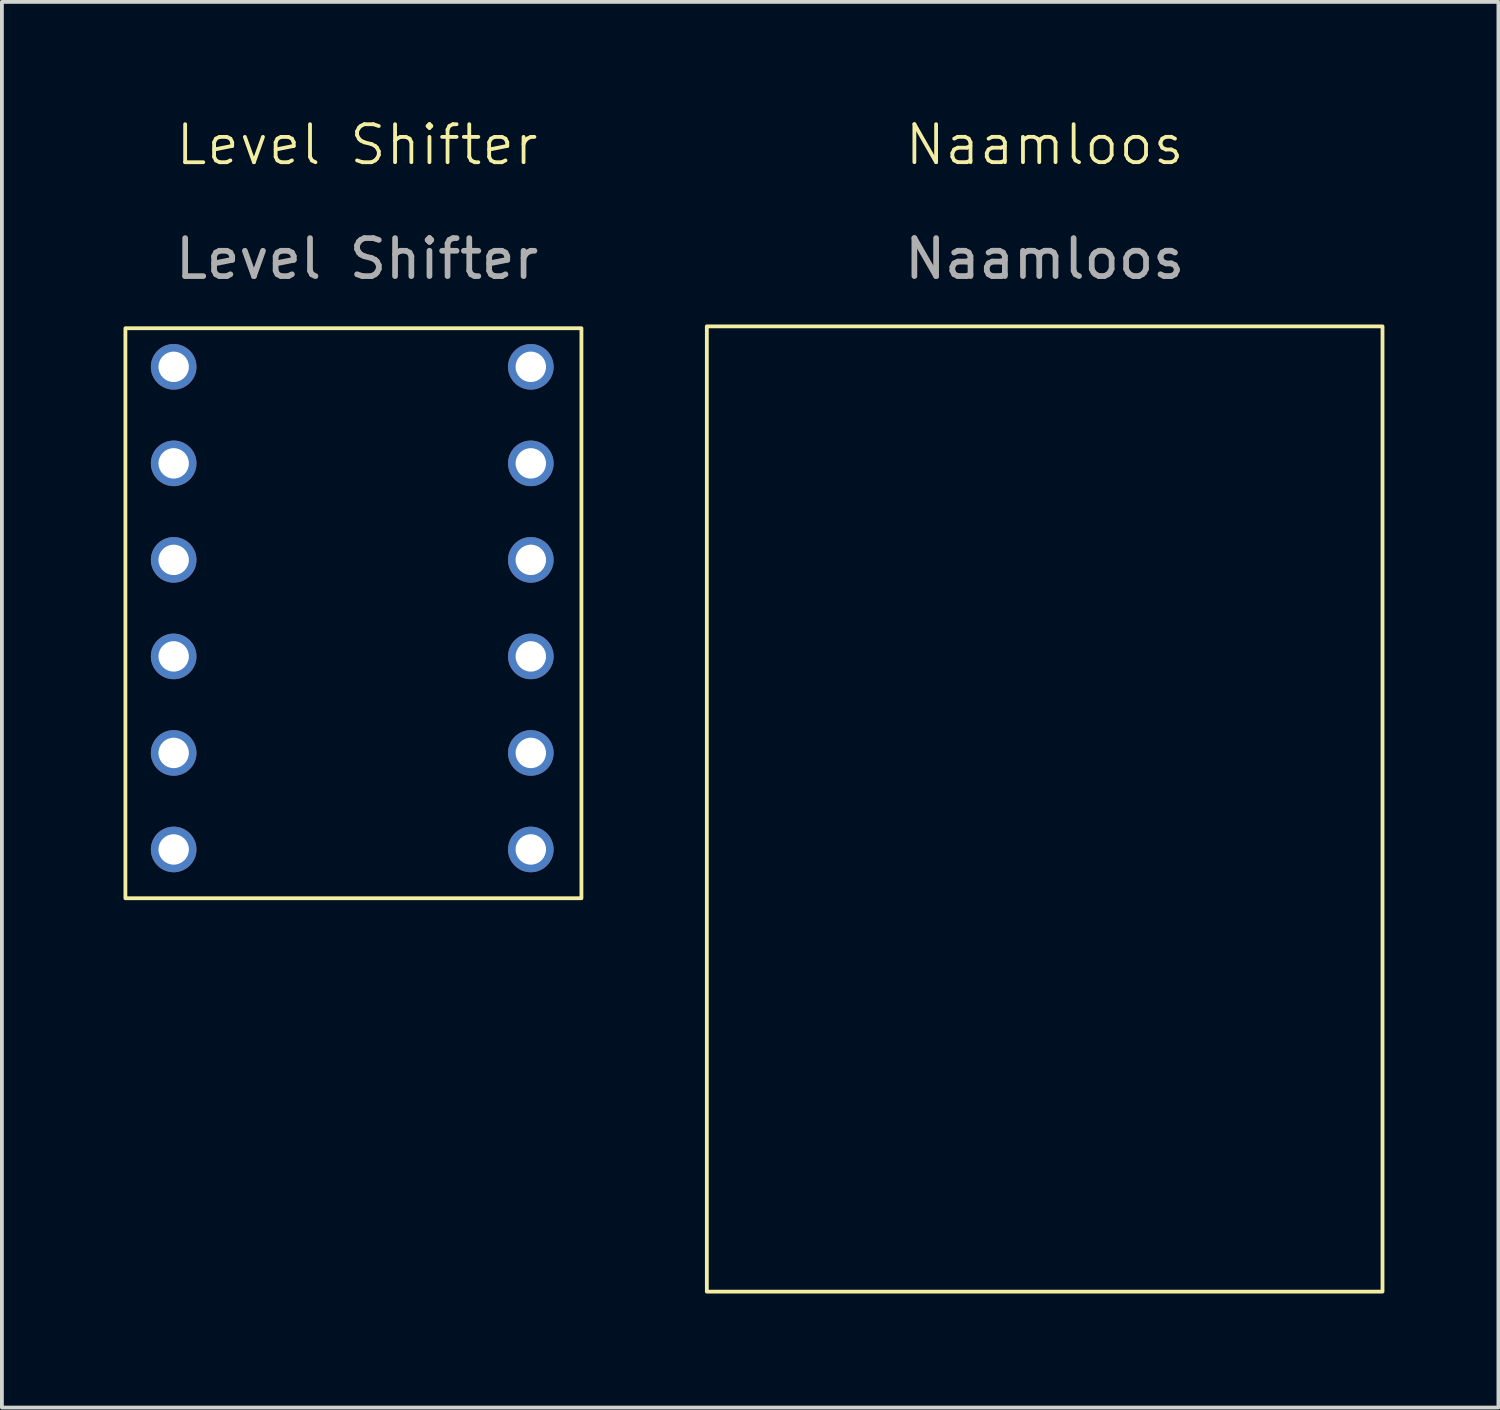
<source format=kicad_pcb>
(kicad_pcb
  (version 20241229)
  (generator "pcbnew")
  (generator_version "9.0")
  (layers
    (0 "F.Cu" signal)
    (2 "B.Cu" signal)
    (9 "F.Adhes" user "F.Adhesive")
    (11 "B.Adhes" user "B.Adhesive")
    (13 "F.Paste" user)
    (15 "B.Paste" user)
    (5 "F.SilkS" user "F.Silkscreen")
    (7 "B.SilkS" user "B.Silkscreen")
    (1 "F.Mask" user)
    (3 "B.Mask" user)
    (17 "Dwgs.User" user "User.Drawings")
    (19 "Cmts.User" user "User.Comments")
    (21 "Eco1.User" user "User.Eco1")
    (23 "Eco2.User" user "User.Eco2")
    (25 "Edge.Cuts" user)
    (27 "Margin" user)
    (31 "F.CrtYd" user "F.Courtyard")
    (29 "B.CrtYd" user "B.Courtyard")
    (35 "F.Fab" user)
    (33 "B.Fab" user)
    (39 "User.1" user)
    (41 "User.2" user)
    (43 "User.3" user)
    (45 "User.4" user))
  (footprint "Level Shifter"
    (layer "F.Cu")
    (at 0.25 5.587)
    (property "Reference" "Level Shifter" (at 6.096 -4.826 0) (unlocked yes) (layer "F.SilkS") (effects (font (size 1 1) (thickness 0.1))))
    (attr smd)
    (fp_rect (start 0 0) (end 12 15) (stroke (width 0.1) (type solid)) (fill no) (layer "F.SilkS"))
    (fp_text user "${REFERENCE}" (at 6.096 -1.826 0) (unlocked yes) (layer "F.Fab") (effects (font (size 1 1) (thickness 0.15))))
    (pad "1" thru_hole circle (at 1.27 1.016) (size 1.2 1.2) (drill 0.8) (layers "*.Cu" "*.Mask"))
    (pad "2" thru_hole circle (at 1.27 3.556) (size 1.2 1.2) (drill 0.8) (layers "*.Cu" "*.Mask"))
    (pad "3" thru_hole circle (at 1.27 6.096) (size 1.2 1.2) (drill 0.8) (layers "*.Cu" "*.Mask"))
    (pad "4" thru_hole circle (at 1.27 8.636) (size 1.2 1.2) (drill 0.8) (layers "*.Cu" "*.Mask"))
    (pad "5" thru_hole circle (at 1.27 11.176) (size 1.2 1.2) (drill 0.8) (layers "*.Cu" "*.Mask"))
    (pad "6" thru_hole circle (at 1.27 13.716) (size 1.2 1.2) (drill 0.8) (layers "*.Cu" "*.Mask"))
    (pad "7" thru_hole circle (at 10.668 1.016) (size 1.2 1.2) (drill 0.8) (layers "*.Cu" "*.Mask"))
    (pad "8" thru_hole circle (at 10.668 3.556) (size 1.2 1.2) (drill 0.8) (layers "*.Cu" "*.Mask"))
    (pad "9" thru_hole circle (at 10.668 6.096) (size 1.2 1.2) (drill 0.8) (layers "*.Cu" "*.Mask"))
    (pad "10" thru_hole circle (at 10.668 8.636) (size 1.2 1.2) (drill 0.8) (layers "*.Cu" "*.Mask"))
    (pad "11" thru_hole circle (at 10.668 11.176) (size 1.2 1.2) (drill 0.8) (layers "*.Cu" "*.Mask"))
    (pad "12" thru_hole circle (at 10.668 13.716) (size 1.2 1.2) (drill 0.8) (layers "*.Cu" "*.Mask")))
  (footprint "Naamloos"
    (layer "F.Cu")
    (at 15.55 5.538)
    (property "Reference" "Naamloos" (at 8.89 -4.778 0) (unlocked yes) (layer "F.SilkS") (effects (font (size 1 1) (thickness 0.1))))
    (attr smd)
    (fp_rect (start 0 0) (end 17.78 25.4) (stroke (width 0.1) (type default)) (fill no) (layer "F.SilkS"))
    (fp_text user "${REFERENCE}" (at 8.89 -1.778 0) (unlocked yes) (layer "F.Fab") (effects (font (size 1 1) (thickness 0.15)))))
  (gr_rect
    (start -3 -3)
    (end 36.38 33.989)
    (stroke (width 0.1) (type default))
    (fill no)
    (layer "Edge.Cuts")))
</source>
